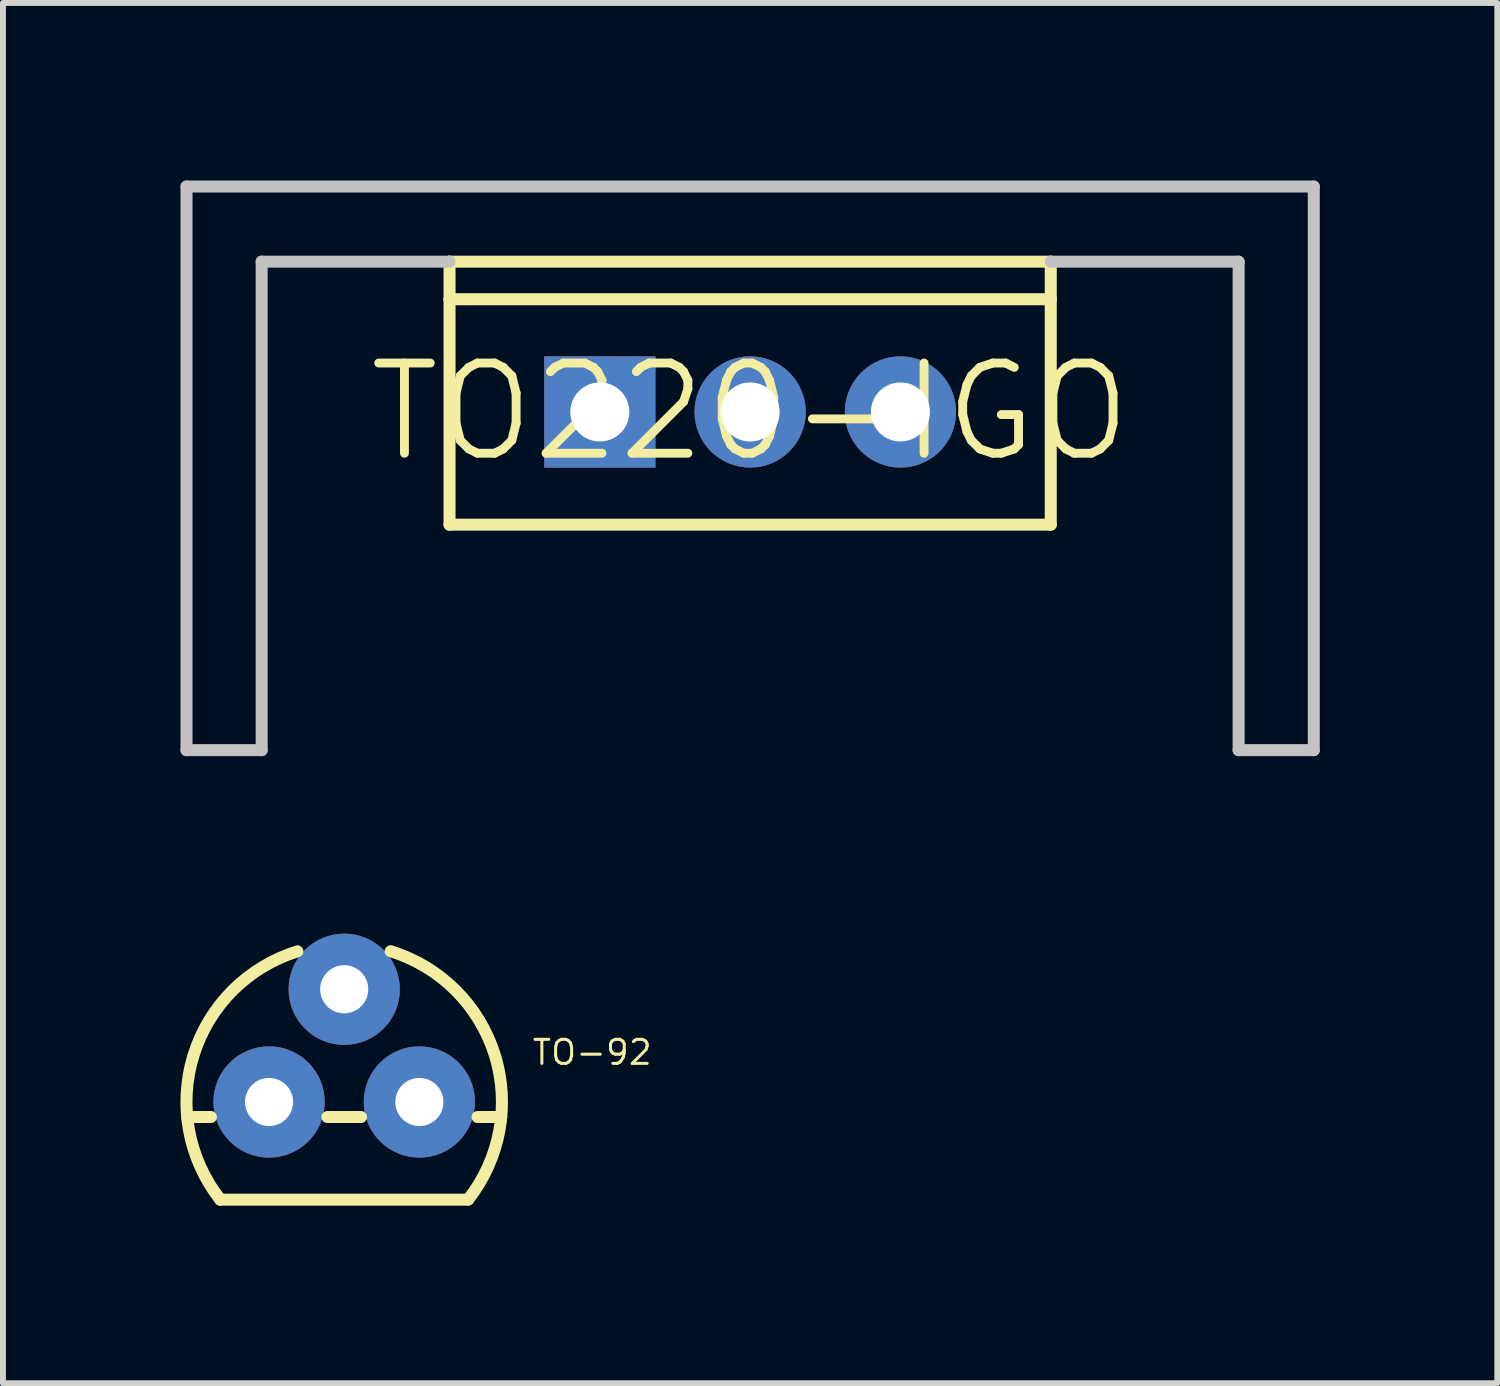
<source format=kicad_pcb>
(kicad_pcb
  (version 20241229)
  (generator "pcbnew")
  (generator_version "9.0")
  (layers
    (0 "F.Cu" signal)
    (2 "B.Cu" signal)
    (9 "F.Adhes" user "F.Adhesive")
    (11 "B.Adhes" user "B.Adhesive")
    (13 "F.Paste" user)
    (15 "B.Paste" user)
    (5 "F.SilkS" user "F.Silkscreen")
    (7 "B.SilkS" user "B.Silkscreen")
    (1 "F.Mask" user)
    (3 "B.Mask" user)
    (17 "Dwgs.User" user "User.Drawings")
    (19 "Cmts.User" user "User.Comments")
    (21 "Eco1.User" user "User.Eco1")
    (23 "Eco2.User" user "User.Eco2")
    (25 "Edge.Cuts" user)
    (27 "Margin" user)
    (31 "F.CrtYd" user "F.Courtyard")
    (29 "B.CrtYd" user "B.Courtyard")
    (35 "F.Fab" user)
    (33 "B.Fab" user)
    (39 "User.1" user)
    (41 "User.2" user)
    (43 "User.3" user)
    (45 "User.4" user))
  (footprint "TO220-IGO"
    (layer "F.Cu")
    (at 9.627 3.912)
    (property "Reference" "TO220-IGO" (at 0 0 0) (layer "F.SilkS") (effects (font (size 1.524 1.524) (thickness 0.15))))
    (attr exclude_from_pos_files exclude_from_bom)
    (fp_line (start -5.08 -2.54) (end 5.08 -2.54) (stroke (width 0.203) (type solid)) (layer "F.SilkS"))
    (fp_line (start -5.08 -1.905) (end -5.08 -2.54) (stroke (width 0.203) (type solid)) (layer "F.SilkS"))
    (fp_line (start -5.08 1.905) (end -5.08 -1.905) (stroke (width 0.203) (type solid)) (layer "F.SilkS"))
    (fp_line (start 5.08 -2.54) (end 5.08 -1.905) (stroke (width 0.203) (type solid)) (layer "F.SilkS"))
    (fp_line (start 5.08 -1.905) (end -5.08 -1.905) (stroke (width 0.203) (type solid)) (layer "F.SilkS"))
    (fp_line (start 5.08 -1.905) (end 5.08 1.905) (stroke (width 0.203) (type solid)) (layer "F.SilkS"))
    (fp_line (start 5.08 1.905) (end -5.08 1.905) (stroke (width 0.203) (type solid)) (layer "F.SilkS"))
    (fp_line (start -9.525 -3.81) (end -9.525 5.715) (stroke (width 0.203) (type solid)) (layer "Dwgs.User"))
    (fp_line (start -9.525 5.715) (end -8.255 5.715) (stroke (width 0.203) (type solid)) (layer "Dwgs.User"))
    (fp_line (start -8.255 -2.54) (end -5.08 -2.54) (stroke (width 0.203) (type solid)) (layer "Dwgs.User"))
    (fp_line (start -8.255 5.715) (end -8.255 -2.54) (stroke (width 0.203) (type solid)) (layer "Dwgs.User"))
    (fp_line (start 5.08 -2.54) (end 8.255 -2.54) (stroke (width 0.203) (type solid)) (layer "Dwgs.User"))
    (fp_line (start 8.255 -2.54) (end 8.255 5.715) (stroke (width 0.203) (type solid)) (layer "Dwgs.User"))
    (fp_line (start 8.255 5.715) (end 9.525 5.715) (stroke (width 0.203) (type solid)) (layer "Dwgs.User"))
    (fp_line (start 9.525 -3.81) (end -9.525 -3.81) (stroke (width 0.203) (type solid)) (layer "Dwgs.User"))
    (fp_line (start 9.525 5.715) (end 9.525 -3.81) (stroke (width 0.203) (type solid)) (layer "Dwgs.User"))
    (pad "GND" thru_hole circle (at 0 0) (size 1.88 1.88) (drill 0.998) (layers "*.Cu" "*.Paste" "*.Mask"))
    (pad "IN" thru_hole rect (at -2.54 0) (size 1.88 1.88) (drill 0.998) (layers "*.Cu" "*.Paste" "*.Mask"))
    (pad "OUT" thru_hole circle (at 2.54 0) (size 1.88 1.88) (drill 0.998) (layers "*.Cu" "*.Paste" "*.Mask")))
  (footprint "TO-92"
    (layer "F.Cu")
    (at 2.767 15.573)
    (property "Reference" "TO-92" (at 4.191 -0.838 0) (layer "F.SilkS") (effects (font (size 0.406 0.406) (thickness 0.051))))
    (attr exclude_from_pos_files exclude_from_bom)
    (fp_line (start -2.654 0.254) (end -2.253 0.254) (stroke (width 0.203) (type solid)) (layer "F.SilkS"))
    (fp_line (start -2.093 1.651) (end 2.093 1.651) (stroke (width 0.203) (type solid)) (layer "F.SilkS"))
    (fp_line (start -0.284 0.254) (end 0.284 0.254) (stroke (width 0.203) (type solid)) (layer "F.SilkS"))
    (fp_line (start 2.253 0.254) (end 2.654 0.254) (stroke (width 0.203) (type solid)) (layer "F.SilkS"))
    (fp_arc (start -2.09296 1.651) (mid -2.546098 -0.789726) (end -0.791292 -2.545612) (stroke (width 0.2032) (type solid)) (layer "F.SilkS"))
    (fp_arc (start 0.78486 -2.54762) (mid 2.54411 -0.796164) (end 2.097139 1.645715) (stroke (width 0.2032) (type solid)) (layer "F.SilkS"))
    (pad "1" thru_hole circle (at -1.27 0) (size 1.88 1.88) (drill 0.813) (layers "*.Cu" "*.Paste" "*.Mask"))
    (pad "2" thru_hole circle (at 0 -1.905) (size 1.88 1.88) (drill 0.813) (layers "*.Cu" "*.Paste" "*.Mask"))
    (pad "3" thru_hole circle (at 1.27 0) (size 1.88 1.88) (drill 0.813) (layers "*.Cu" "*.Paste" "*.Mask")))
  (gr_rect
    (start -3 -3)
    (end 22.253 20.326)
    (stroke (width 0.1) (type default))
    (fill no)
    (layer "Edge.Cuts")))
</source>
